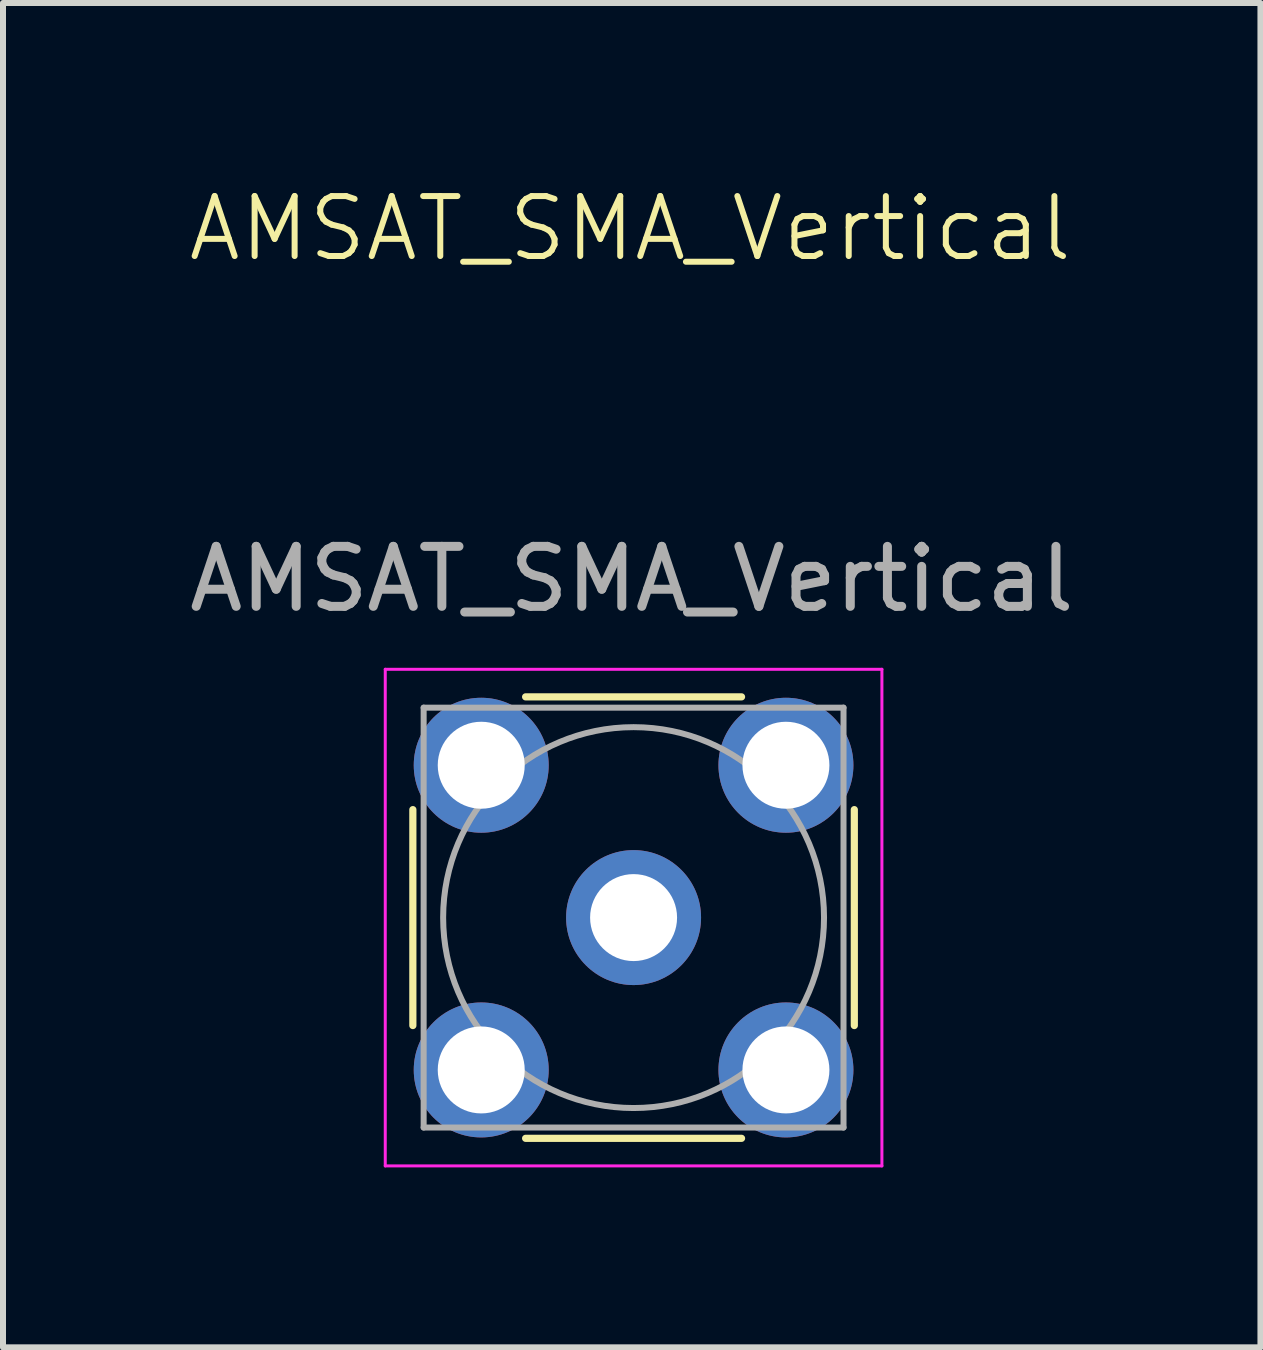
<source format=kicad_pcb>
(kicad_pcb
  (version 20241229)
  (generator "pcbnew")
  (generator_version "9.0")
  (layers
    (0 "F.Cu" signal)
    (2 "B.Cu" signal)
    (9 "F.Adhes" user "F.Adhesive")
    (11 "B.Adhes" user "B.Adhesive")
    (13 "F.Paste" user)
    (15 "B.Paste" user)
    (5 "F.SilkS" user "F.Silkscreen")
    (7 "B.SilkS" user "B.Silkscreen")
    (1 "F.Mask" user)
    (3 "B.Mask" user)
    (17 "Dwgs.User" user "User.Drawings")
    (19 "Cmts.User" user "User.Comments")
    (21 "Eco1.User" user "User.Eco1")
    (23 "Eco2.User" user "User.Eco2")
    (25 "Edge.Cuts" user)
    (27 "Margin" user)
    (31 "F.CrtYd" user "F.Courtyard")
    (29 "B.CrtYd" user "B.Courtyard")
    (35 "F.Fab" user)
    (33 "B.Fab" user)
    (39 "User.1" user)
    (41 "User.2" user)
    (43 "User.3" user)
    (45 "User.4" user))
  (footprint "AMSAT_SMA_Vertical"
    (layer "F.Cu")
    (at 7.508 12.243)
    (property "Reference" "AMSAT_SMA_Vertical" (at -0.051 -11.482 0) (unlocked yes) (layer "F.SilkS") (effects (font (size 1 1) (thickness 0.1))))
    (attr through_hole)
    (fp_line (start -3.675 -1.795) (end -3.675 1.805) (stroke (width 0.12) (type solid)) (layer "F.SilkS"))
    (fp_line (start -1.795 -3.675) (end 1.805 -3.675) (stroke (width 0.12) (type solid)) (layer "F.SilkS"))
    (fp_line (start -1.795 3.685) (end 1.805 3.685) (stroke (width 0.12) (type solid)) (layer "F.SilkS"))
    (fp_line (start 3.685 -1.795) (end 3.685 1.805) (stroke (width 0.12) (type solid)) (layer "F.SilkS"))
    (fp_line (start -4.135 -4.135) (end -4.135 4.145) (stroke (width 0.05) (type solid)) (layer "F.CrtYd"))
    (fp_line (start -4.135 -4.135) (end 4.145 -4.135) (stroke (width 0.05) (type solid)) (layer "F.CrtYd"))
    (fp_line (start 4.145 4.145) (end -4.135 4.145) (stroke (width 0.05) (type solid)) (layer "F.CrtYd"))
    (fp_line (start 4.145 4.145) (end 4.145 -4.135) (stroke (width 0.05) (type solid)) (layer "F.CrtYd"))
    (fp_line (start -3.495 -3.495) (end -3.495 3.505) (stroke (width 0.1) (type solid)) (layer "F.Fab"))
    (fp_line (start -3.495 -3.495) (end 3.505 -3.495) (stroke (width 0.1) (type solid)) (layer "F.Fab"))
    (fp_line (start -3.495 3.505) (end 3.505 3.505) (stroke (width 0.1) (type solid)) (layer "F.Fab"))
    (fp_line (start 3.505 -3.495) (end 3.505 3.505) (stroke (width 0.1) (type solid)) (layer "F.Fab"))
    (fp_circle (center 0.005 0.005) (end 3.18 0.005) (stroke (width 0.1) (type solid)) (fill no) (layer "F.Fab"))
    (fp_text user "${REFERENCE}" (at -0.025 -5.639 0) (unlocked yes) (layer "F.Fab") (effects (font (size 1 1) (thickness 0.15))))
    (pad "1" thru_hole circle (at 0.005 0.005) (size 2.25 2.25) (drill 1.45) (layers "*.Cu" "*.Mask"))
    (pad "2" thru_hole circle (at -2.535 -2.535) (size 2.25 2.25) (drill 1.45) (layers "*.Cu" "*.Mask"))
    (pad "2" thru_hole circle (at -2.535 2.545) (size 2.25 2.25) (drill 1.45) (layers "*.Cu" "*.Mask"))
    (pad "2" thru_hole circle (at 2.545 -2.535) (size 2.25 2.25) (drill 1.45) (layers "*.Cu" "*.Mask"))
    (pad "2" thru_hole circle (at 2.545 2.545) (size 2.25 2.25) (drill 1.45) (layers "*.Cu" "*.Mask")))
  (gr_rect
    (start -3 -3)
    (end 17.964 19.413)
    (stroke (width 0.1) (type default))
    (fill no)
    (layer "Edge.Cuts")))
</source>
